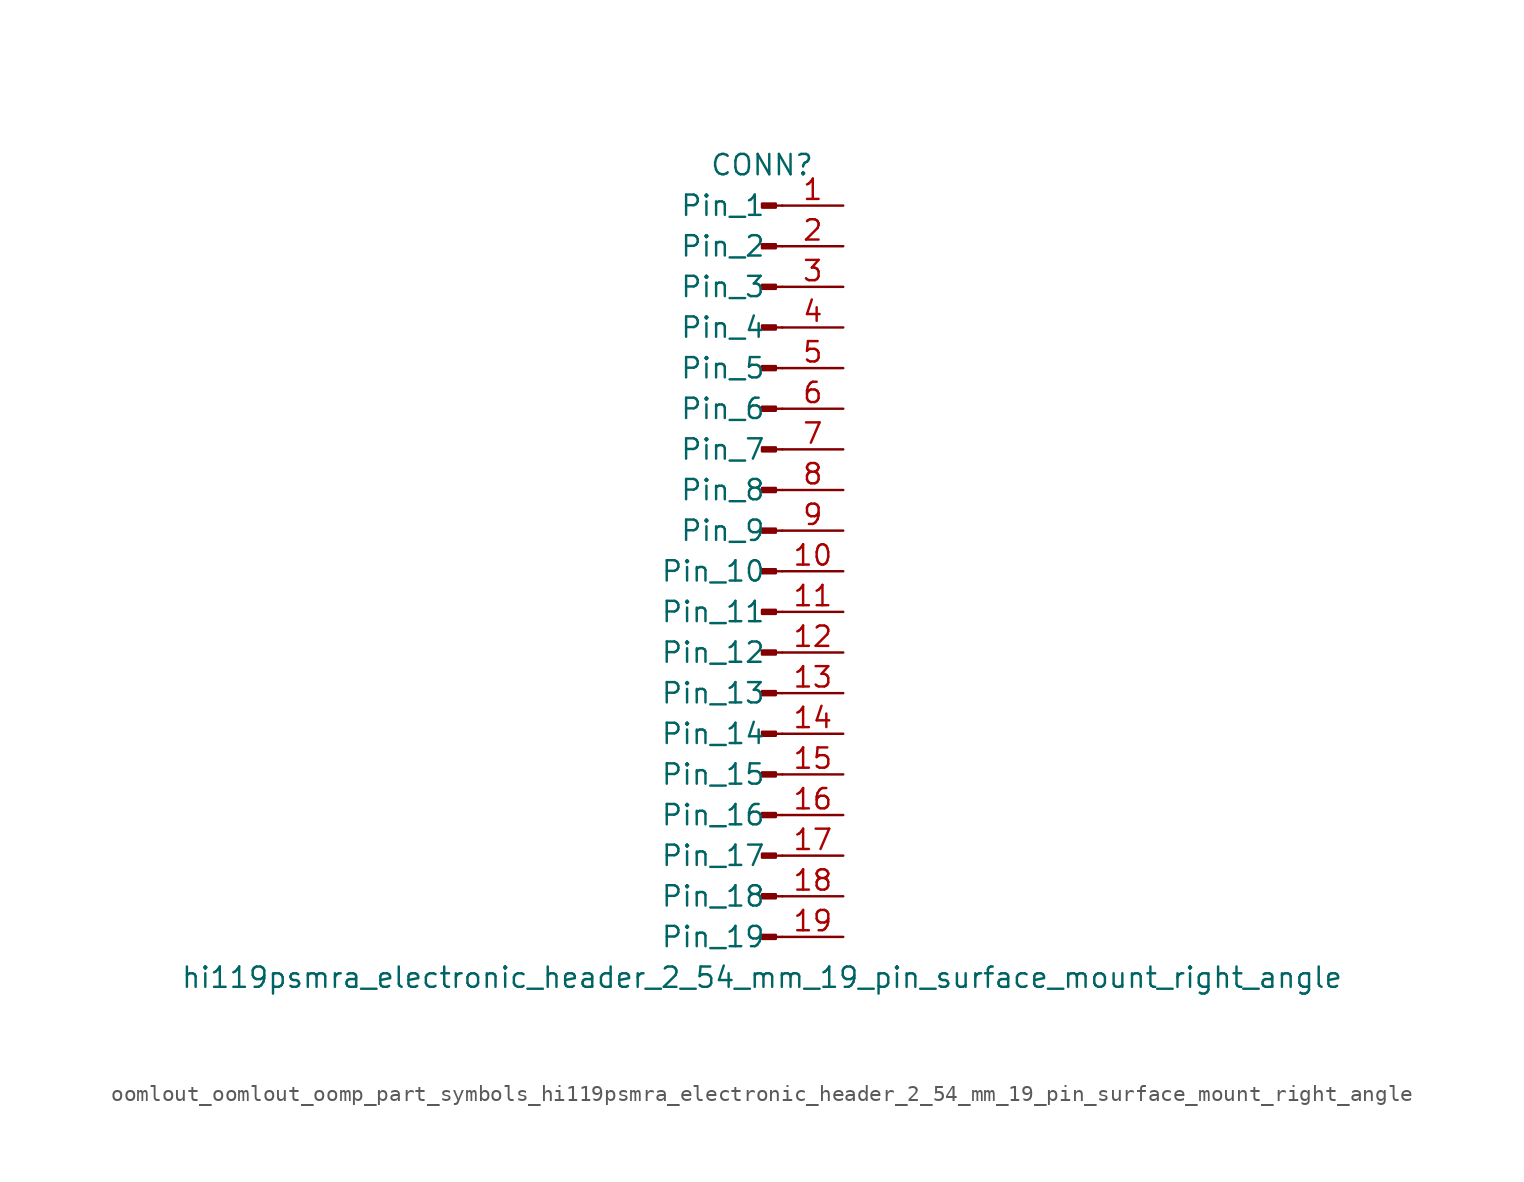
<source format=kicad_sym>
(kicad_symbol_lib
  (version 20220914)
  (generator kicad_symbol_editor)
  (symbol "oomlout_oomlout_oomp_part_symbols_hi119psmra_electronic_header_2_54_mm_19_pin_surface_mount_right_angle"
    (pin_names
      (offset 1.016))
    (property "Reference" "CONN"
      (at 0 25.4 0)
      (effects (font (size 1.27 1.27))))
    (property "Value" "hi119psmra_electronic_header_2_54_mm_19_pin_surface_mount_right_angle"
      (at 0 -25.4 0)
      (effects (font (size 1.27 1.27))))
    (property "ki_locked" ""
      (at 0 0 0)
      (effects (font (size 1.27 1.27))))
    (symbol "oomlout_oomlout_oomp_part_symbols_hi119psmra_electronic_header_2_54_mm_19_pin_surface_mount_right_angle_1_1"
      (polyline (pts (xy 1.27 -22.86) (xy 0.864 -22.86)) (stroke (width 0.152) (type default)) (fill (type none)))
      (polyline (pts (xy 1.27 -20.32) (xy 0.864 -20.32)) (stroke (width 0.152) (type default)) (fill (type none)))
      (polyline (pts (xy 1.27 -17.78) (xy 0.864 -17.78)) (stroke (width 0.152) (type default)) (fill (type none)))
      (polyline (pts (xy 1.27 -15.24) (xy 0.864 -15.24)) (stroke (width 0.152) (type default)) (fill (type none)))
      (polyline (pts (xy 1.27 -12.7) (xy 0.864 -12.7)) (stroke (width 0.152) (type default)) (fill (type none)))
      (polyline (pts (xy 1.27 -10.16) (xy 0.864 -10.16)) (stroke (width 0.152) (type default)) (fill (type none)))
      (polyline (pts (xy 1.27 -7.62) (xy 0.864 -7.62)) (stroke (width 0.152) (type default)) (fill (type none)))
      (polyline (pts (xy 1.27 -5.08) (xy 0.864 -5.08)) (stroke (width 0.152) (type default)) (fill (type none)))
      (polyline (pts (xy 1.27 -2.54) (xy 0.864 -2.54)) (stroke (width 0.152) (type default)) (fill (type none)))
      (polyline (pts (xy 1.27 0) (xy 0.864 0)) (stroke (width 0.152) (type default)) (fill (type none)))
      (polyline (pts (xy 1.27 2.54) (xy 0.864 2.54)) (stroke (width 0.152) (type default)) (fill (type none)))
      (polyline (pts (xy 1.27 5.08) (xy 0.864 5.08)) (stroke (width 0.152) (type default)) (fill (type none)))
      (polyline (pts (xy 1.27 7.62) (xy 0.864 7.62)) (stroke (width 0.152) (type default)) (fill (type none)))
      (polyline (pts (xy 1.27 10.16) (xy 0.864 10.16)) (stroke (width 0.152) (type default)) (fill (type none)))
      (polyline (pts (xy 1.27 12.7) (xy 0.864 12.7)) (stroke (width 0.152) (type default)) (fill (type none)))
      (polyline (pts (xy 1.27 15.24) (xy 0.864 15.24)) (stroke (width 0.152) (type default)) (fill (type none)))
      (polyline (pts (xy 1.27 17.78) (xy 0.864 17.78)) (stroke (width 0.152) (type default)) (fill (type none)))
      (polyline (pts (xy 1.27 20.32) (xy 0.864 20.32)) (stroke (width 0.152) (type default)) (fill (type none)))
      (polyline (pts (xy 1.27 22.86) (xy 0.864 22.86)) (stroke (width 0.152) (type default)) (fill (type none)))
      (rectangle (start 0.864 -22.733) (end 0 -22.987) (stroke (width 0.152) (type default)) (fill (type outline)))
      (rectangle (start 0.864 -20.193) (end 0 -20.447) (stroke (width 0.152) (type default)) (fill (type outline)))
      (rectangle (start 0.864 -17.653) (end 0 -17.907) (stroke (width 0.152) (type default)) (fill (type outline)))
      (rectangle (start 0.864 -15.113) (end 0 -15.367) (stroke (width 0.152) (type default)) (fill (type outline)))
      (rectangle (start 0.864 -12.573) (end 0 -12.827) (stroke (width 0.152) (type default)) (fill (type outline)))
      (rectangle (start 0.864 -10.033) (end 0 -10.287) (stroke (width 0.152) (type default)) (fill (type outline)))
      (rectangle (start 0.864 -7.493) (end 0 -7.747) (stroke (width 0.152) (type default)) (fill (type outline)))
      (rectangle (start 0.864 -4.953) (end 0 -5.207) (stroke (width 0.152) (type default)) (fill (type outline)))
      (rectangle (start 0.864 -2.413) (end 0 -2.667) (stroke (width 0.152) (type default)) (fill (type outline)))
      (rectangle (start 0.864 0.127) (end 0 -0.127) (stroke (width 0.152) (type default)) (fill (type outline)))
      (rectangle (start 0.864 2.667) (end 0 2.413) (stroke (width 0.152) (type default)) (fill (type outline)))
      (rectangle (start 0.864 5.207) (end 0 4.953) (stroke (width 0.152) (type default)) (fill (type outline)))
      (rectangle (start 0.864 7.747) (end 0 7.493) (stroke (width 0.152) (type default)) (fill (type outline)))
      (rectangle (start 0.864 10.287) (end 0 10.033) (stroke (width 0.152) (type default)) (fill (type outline)))
      (rectangle (start 0.864 12.827) (end 0 12.573) (stroke (width 0.152) (type default)) (fill (type outline)))
      (rectangle (start 0.864 15.367) (end 0 15.113) (stroke (width 0.152) (type default)) (fill (type outline)))
      (rectangle (start 0.864 17.907) (end 0 17.653) (stroke (width 0.152) (type default)) (fill (type outline)))
      (rectangle (start 0.864 20.447) (end 0 20.193) (stroke (width 0.152) (type default)) (fill (type outline)))
      (rectangle (start 0.864 22.987) (end 0 22.733) (stroke (width 0.152) (type default)) (fill (type outline)))
      (pin passive line (at 5.08 22.86 180) (length 3.81) (name "Pin_1" (effects (font (size 1.27 1.27)))) (number "1" (effects (font (size 1.27 1.27)))))
      (pin passive line (at 5.08 0 180) (length 3.81) (name "Pin_10" (effects (font (size 1.27 1.27)))) (number "10" (effects (font (size 1.27 1.27)))))
      (pin passive line (at 5.08 -2.54 180) (length 3.81) (name "Pin_11" (effects (font (size 1.27 1.27)))) (number "11" (effects (font (size 1.27 1.27)))))
      (pin passive line (at 5.08 -5.08 180) (length 3.81) (name "Pin_12" (effects (font (size 1.27 1.27)))) (number "12" (effects (font (size 1.27 1.27)))))
      (pin passive line (at 5.08 -7.62 180) (length 3.81) (name "Pin_13" (effects (font (size 1.27 1.27)))) (number "13" (effects (font (size 1.27 1.27)))))
      (pin passive line (at 5.08 -10.16 180) (length 3.81) (name "Pin_14" (effects (font (size 1.27 1.27)))) (number "14" (effects (font (size 1.27 1.27)))))
      (pin passive line (at 5.08 -12.7 180) (length 3.81) (name "Pin_15" (effects (font (size 1.27 1.27)))) (number "15" (effects (font (size 1.27 1.27)))))
      (pin passive line (at 5.08 -15.24 180) (length 3.81) (name "Pin_16" (effects (font (size 1.27 1.27)))) (number "16" (effects (font (size 1.27 1.27)))))
      (pin passive line (at 5.08 -17.78 180) (length 3.81) (name "Pin_17" (effects (font (size 1.27 1.27)))) (number "17" (effects (font (size 1.27 1.27)))))
      (pin passive line (at 5.08 -20.32 180) (length 3.81) (name "Pin_18" (effects (font (size 1.27 1.27)))) (number "18" (effects (font (size 1.27 1.27)))))
      (pin passive line (at 5.08 -22.86 180) (length 3.81) (name "Pin_19" (effects (font (size 1.27 1.27)))) (number "19" (effects (font (size 1.27 1.27)))))
      (pin passive line (at 5.08 20.32 180) (length 3.81) (name "Pin_2" (effects (font (size 1.27 1.27)))) (number "2" (effects (font (size 1.27 1.27)))))
      (pin passive line (at 5.08 17.78 180) (length 3.81) (name "Pin_3" (effects (font (size 1.27 1.27)))) (number "3" (effects (font (size 1.27 1.27)))))
      (pin passive line (at 5.08 15.24 180) (length 3.81) (name "Pin_4" (effects (font (size 1.27 1.27)))) (number "4" (effects (font (size 1.27 1.27)))))
      (pin passive line (at 5.08 12.7 180) (length 3.81) (name "Pin_5" (effects (font (size 1.27 1.27)))) (number "5" (effects (font (size 1.27 1.27)))))
      (pin passive line (at 5.08 10.16 180) (length 3.81) (name "Pin_6" (effects (font (size 1.27 1.27)))) (number "6" (effects (font (size 1.27 1.27)))))
      (pin passive line (at 5.08 7.62 180) (length 3.81) (name "Pin_7" (effects (font (size 1.27 1.27)))) (number "7" (effects (font (size 1.27 1.27)))))
      (pin passive line (at 5.08 5.08 180) (length 3.81) (name "Pin_8" (effects (font (size 1.27 1.27)))) (number "8" (effects (font (size 1.27 1.27)))))
      (pin passive line (at 5.08 2.54 180) (length 3.81) (name "Pin_9" (effects (font (size 1.27 1.27)))) (number "9" (effects (font (size 1.27 1.27))))))))
</source>
